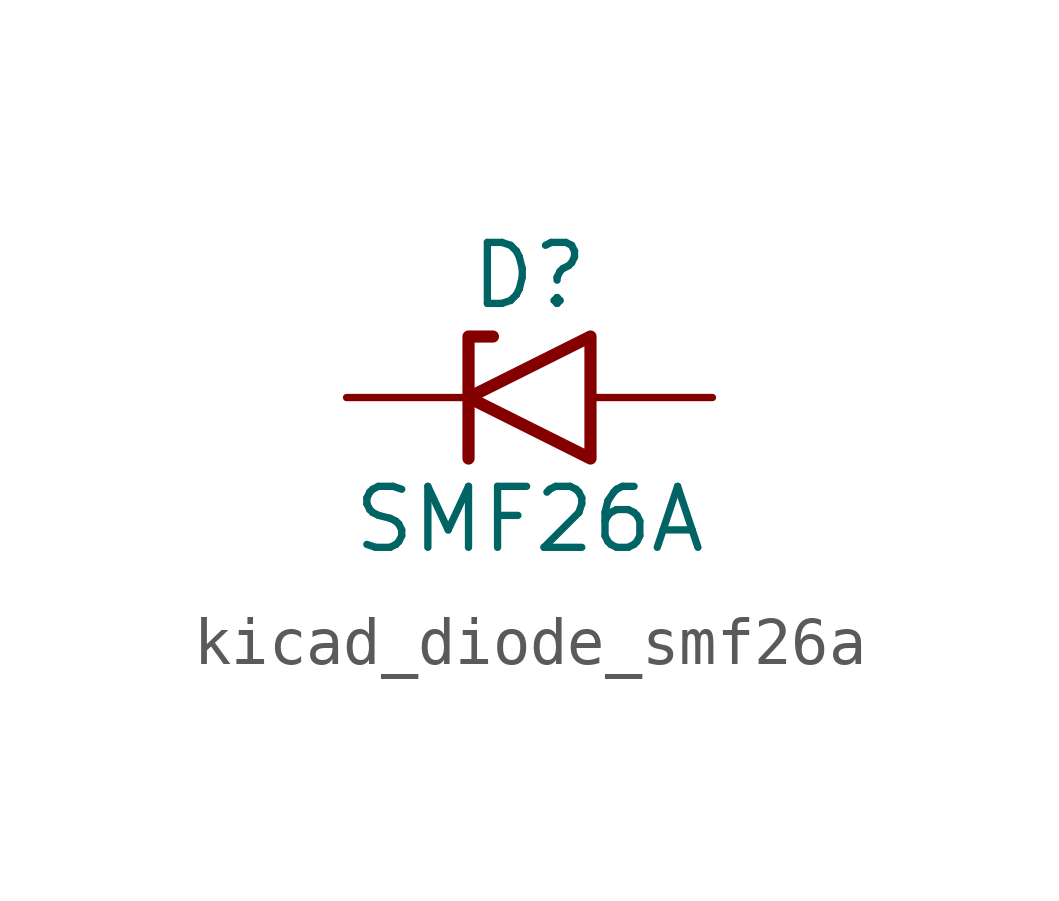
<source format=kicad_sym>
(kicad_symbol_lib
  (version 20220914)
  (generator kicad_symbol_editor)
  (symbol "kicad_diode_smf26a"
    (pin_numbers hide)
    (pin_names
      (offset 1.016) hide)
    (property "Reference" "D"
      (at 0 2.54 0)
      (effects (font (size 1.27 1.27))))
    (property "Value" "SMF26A"
      (at 0 -2.54 0)
      (effects (font (size 1.27 1.27))))
    (symbol "kicad_diode_smf26a_0_1"
      (polyline (pts (xy -0.762 1.27) (xy -1.27 1.27) (xy -1.27 -1.27)) (stroke (width 0.254) (type default)) (fill (type none)))
      (polyline (pts (xy 1.27 1.27) (xy 1.27 -1.27) (xy -1.27 0) (xy 1.27 1.27)) (stroke (width 0.254) (type default)) (fill (type none))))
    (symbol "kicad_diode_smf26a_1_1"
      (pin passive line (at -3.81 0 0) (length 2.54) (name "A1" (effects (font (size 1.27 1.27)))) (number "1" (effects (font (size 1.27 1.27)))))
      (pin passive line (at 3.81 0 180) (length 2.54) (name "A2" (effects (font (size 1.27 1.27)))) (number "2" (effects (font (size 1.27 1.27))))))))
</source>
